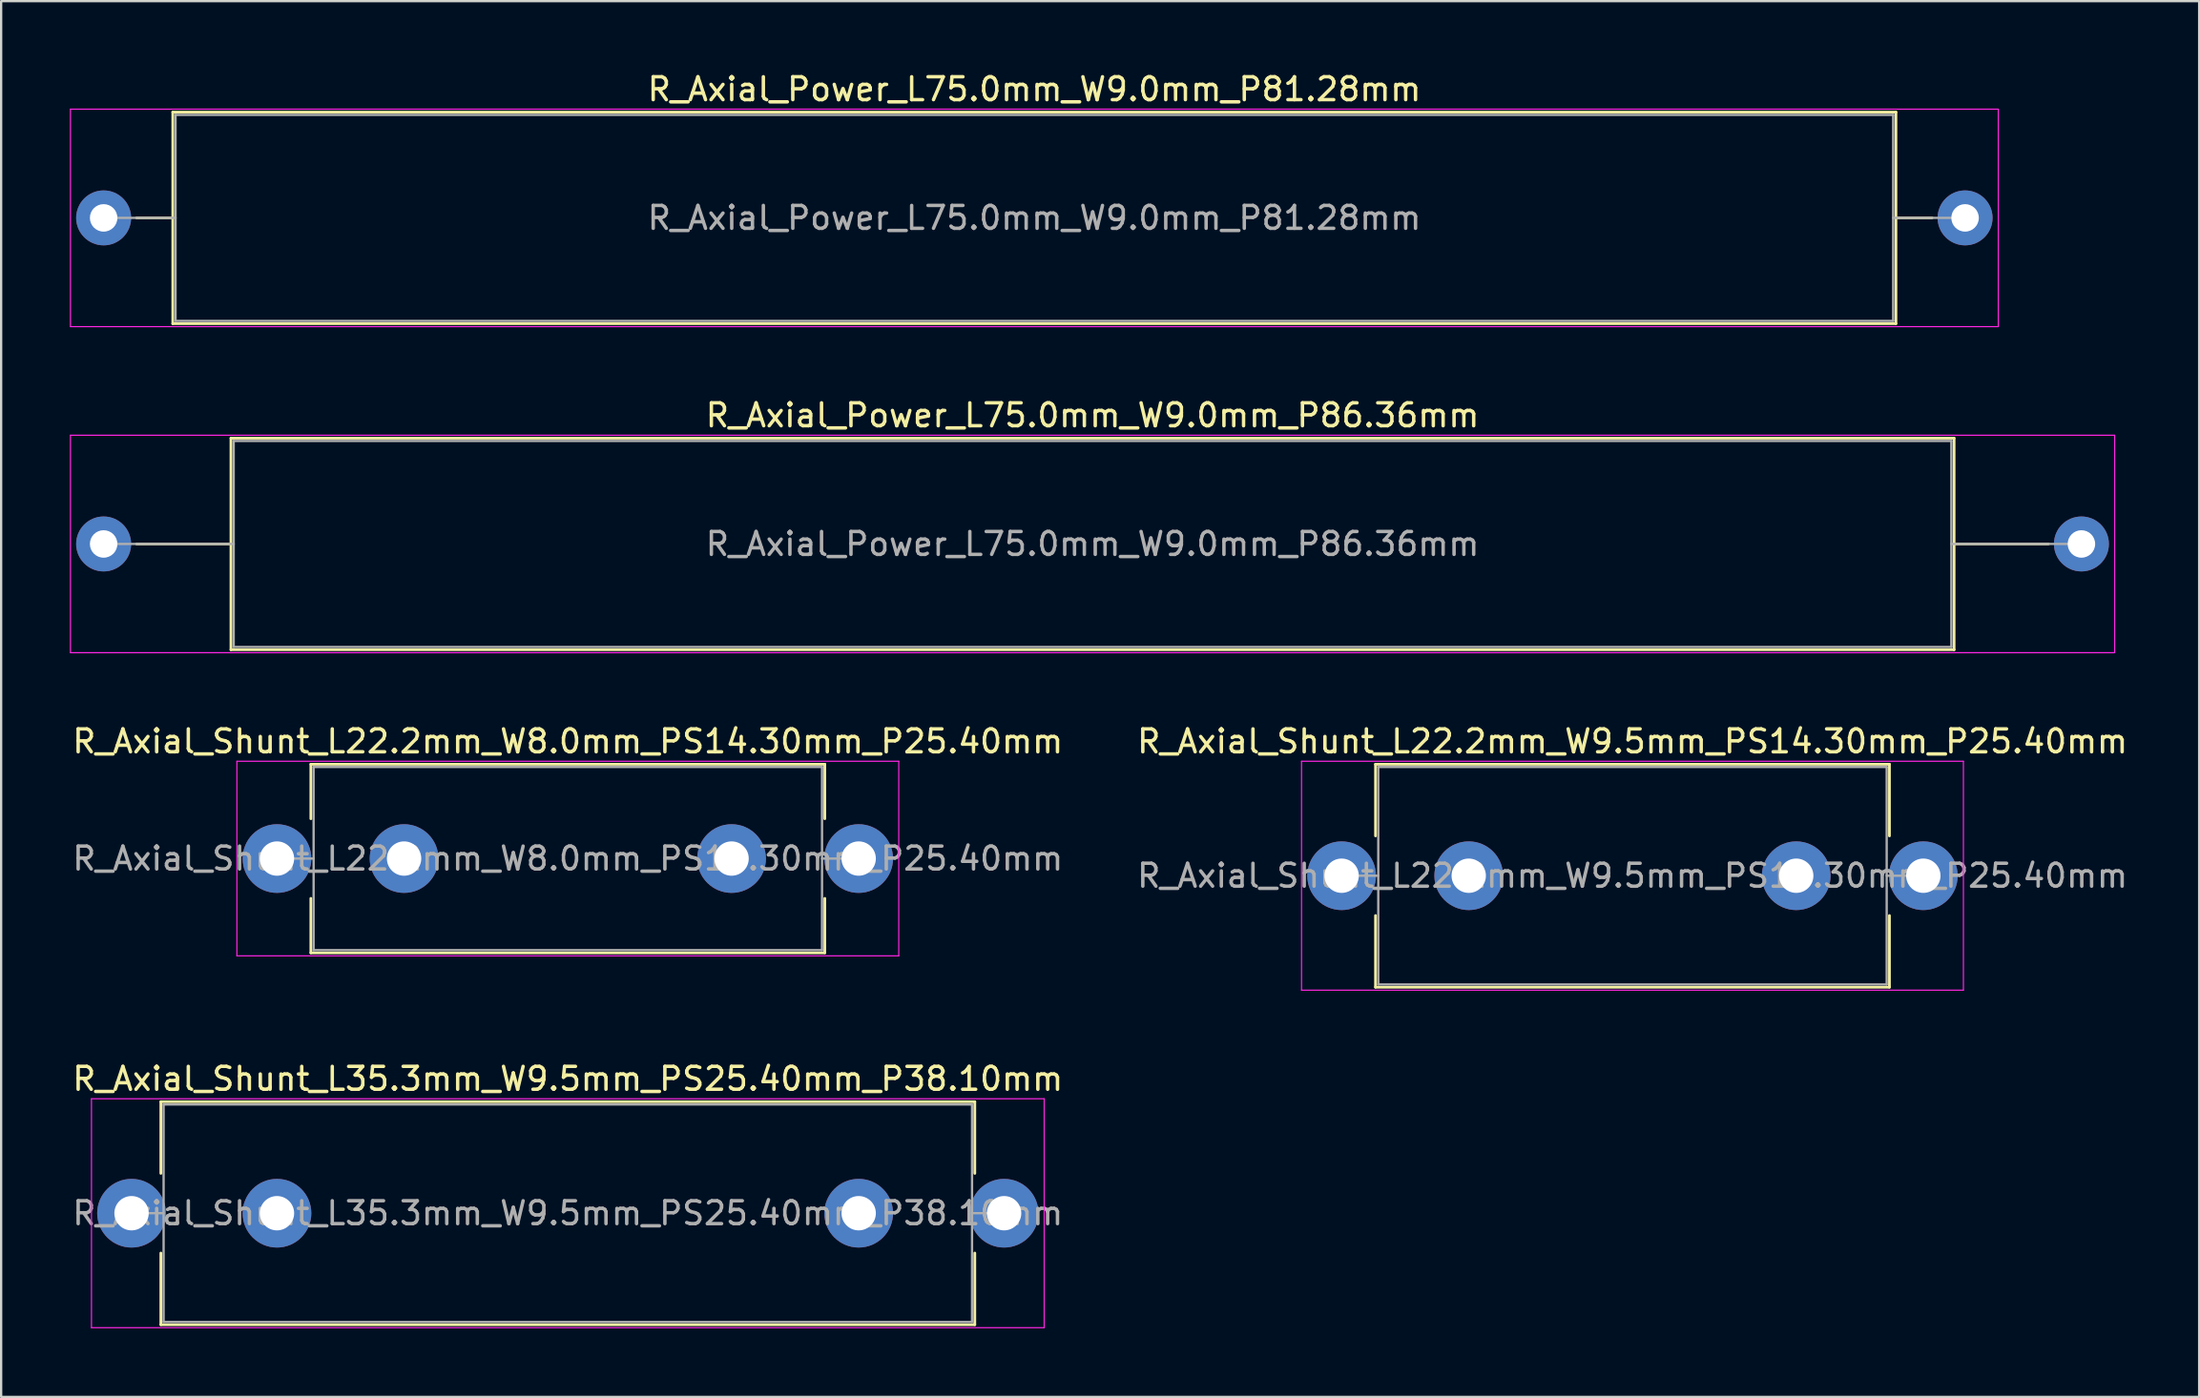
<source format=kicad_pcb>
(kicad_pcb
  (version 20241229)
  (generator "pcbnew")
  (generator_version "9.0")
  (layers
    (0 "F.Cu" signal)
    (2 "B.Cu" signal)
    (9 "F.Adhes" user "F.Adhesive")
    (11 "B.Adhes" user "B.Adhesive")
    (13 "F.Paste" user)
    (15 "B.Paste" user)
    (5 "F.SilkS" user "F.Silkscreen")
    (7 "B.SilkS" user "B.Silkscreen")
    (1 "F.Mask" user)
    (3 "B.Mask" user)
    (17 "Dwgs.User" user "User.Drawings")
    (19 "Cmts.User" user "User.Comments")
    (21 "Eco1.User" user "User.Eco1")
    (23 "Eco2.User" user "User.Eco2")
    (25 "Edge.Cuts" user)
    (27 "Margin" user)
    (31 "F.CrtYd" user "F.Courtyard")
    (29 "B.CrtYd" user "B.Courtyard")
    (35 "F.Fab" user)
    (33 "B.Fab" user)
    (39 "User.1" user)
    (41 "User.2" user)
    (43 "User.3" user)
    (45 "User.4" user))
  (footprint "R_Axial_Power_L75.0mm_W9.0mm_P86.36mm"
    (layer "F.Cu")
    (at 1.475 20.712)
    (property "Reference" "R_Axial_Power_L75.0mm_W9.0mm_P86.36mm" (at 43.18 -5.62 0) (layer "F.SilkS") (effects (font (size 1 1) (thickness 0.15))))
    (attr through_hole)
    (fp_line (start 1.44 0) (end 5.56 0) (stroke (width 0.12) (type solid)) (layer "F.SilkS"))
    (fp_line (start 5.56 -4.62) (end 5.56 4.62) (stroke (width 0.12) (type solid)) (layer "F.SilkS"))
    (fp_line (start 5.56 4.62) (end 80.8 4.62) (stroke (width 0.12) (type solid)) (layer "F.SilkS"))
    (fp_line (start 80.8 -4.62) (end 5.56 -4.62) (stroke (width 0.12) (type solid)) (layer "F.SilkS"))
    (fp_line (start 80.8 4.62) (end 80.8 -4.62) (stroke (width 0.12) (type solid)) (layer "F.SilkS"))
    (fp_line (start 84.92 0) (end 80.8 0) (stroke (width 0.12) (type solid)) (layer "F.SilkS"))
    (fp_line (start -1.45 -4.75) (end -1.45 4.75) (stroke (width 0.05) (type solid)) (layer "F.CrtYd"))
    (fp_line (start -1.45 4.75) (end 87.81 4.75) (stroke (width 0.05) (type solid)) (layer "F.CrtYd"))
    (fp_line (start 87.81 -4.75) (end -1.45 -4.75) (stroke (width 0.05) (type solid)) (layer "F.CrtYd"))
    (fp_line (start 87.81 4.75) (end 87.81 -4.75) (stroke (width 0.05) (type solid)) (layer "F.CrtYd"))
    (fp_line (start 0 0) (end 5.68 0) (stroke (width 0.1) (type solid)) (layer "F.Fab"))
    (fp_line (start 5.68 -4.5) (end 5.68 4.5) (stroke (width 0.1) (type solid)) (layer "F.Fab"))
    (fp_line (start 5.68 4.5) (end 80.68 4.5) (stroke (width 0.1) (type solid)) (layer "F.Fab"))
    (fp_line (start 80.68 -4.5) (end 5.68 -4.5) (stroke (width 0.1) (type solid)) (layer "F.Fab"))
    (fp_line (start 80.68 4.5) (end 80.68 -4.5) (stroke (width 0.1) (type solid)) (layer "F.Fab"))
    (fp_line (start 86.36 0) (end 80.68 0) (stroke (width 0.1) (type solid)) (layer "F.Fab"))
    (fp_text user "${REFERENCE}" (at 43.18 0 0) (layer "F.Fab") (effects (font (size 1 1) (thickness 0.15))))
    (pad "1" thru_hole circle (at 0 0) (size 2.4 2.4) (drill 1.2) (layers "*.Cu" "*.Mask"))
    (pad "2" thru_hole oval (at 86.36 0) (size 2.4 2.4) (drill 1.2) (layers "*.Cu" "*.Mask")))
  (footprint "R_Axial_Shunt_L22.2mm_W9.5mm_PS14.30mm_P25.40mm"
    (layer "F.Cu")
    (at 55.532 35.205)
    (property "Reference" "R_Axial_Shunt_L22.2mm_W9.5mm_PS14.30mm_P25.40mm" (at 12.7 -5.87 0) (layer "F.SilkS") (effects (font (size 1 1) (thickness 0.15))))
    (attr through_hole)
    (fp_line (start 1.48 -4.87) (end 23.92 -4.87) (stroke (width 0.12) (type solid)) (layer "F.SilkS"))
    (fp_line (start 1.48 -1.74) (end 1.48 -4.87) (stroke (width 0.12) (type solid)) (layer "F.SilkS"))
    (fp_line (start 1.48 1.74) (end 1.48 4.87) (stroke (width 0.12) (type solid)) (layer "F.SilkS"))
    (fp_line (start 1.48 4.87) (end 23.92 4.87) (stroke (width 0.12) (type solid)) (layer "F.SilkS"))
    (fp_line (start 23.92 -4.87) (end 23.92 -1.74) (stroke (width 0.12) (type solid)) (layer "F.SilkS"))
    (fp_line (start 23.92 4.87) (end 23.92 1.74) (stroke (width 0.12) (type solid)) (layer "F.SilkS"))
    (fp_line (start -1.75 -5) (end -1.75 5) (stroke (width 0.05) (type solid)) (layer "F.CrtYd"))
    (fp_line (start -1.75 5) (end 27.15 5) (stroke (width 0.05) (type solid)) (layer "F.CrtYd"))
    (fp_line (start 27.15 -5) (end -1.75 -5) (stroke (width 0.05) (type solid)) (layer "F.CrtYd"))
    (fp_line (start 27.15 5) (end 27.15 -5) (stroke (width 0.05) (type solid)) (layer "F.CrtYd"))
    (fp_line (start 0 0) (end 1.6 0) (stroke (width 0.1) (type solid)) (layer "F.Fab"))
    (fp_line (start 1.6 -4.75) (end 1.6 4.75) (stroke (width 0.1) (type solid)) (layer "F.Fab"))
    (fp_line (start 1.6 4.75) (end 23.8 4.75) (stroke (width 0.1) (type solid)) (layer "F.Fab"))
    (fp_line (start 23.8 -4.75) (end 1.6 -4.75) (stroke (width 0.1) (type solid)) (layer "F.Fab"))
    (fp_line (start 23.8 4.75) (end 23.8 -4.75) (stroke (width 0.1) (type solid)) (layer "F.Fab"))
    (fp_line (start 25.4 0) (end 23.8 0) (stroke (width 0.1) (type solid)) (layer "F.Fab"))
    (fp_text user "${REFERENCE}" (at 12.7 0 0) (layer "F.Fab") (effects (font (size 1 1) (thickness 0.15))))
    (pad "1" thru_hole circle (at 0 0) (size 3 3) (drill 1.5) (layers "*.Cu" "*.Mask"))
    (pad "2" thru_hole oval (at 5.55 0) (size 3 3) (drill 1.5) (layers "*.Cu" "*.Mask"))
    (pad "3" thru_hole oval (at 19.85 0) (size 3 3) (drill 1.5) (layers "*.Cu" "*.Mask"))
    (pad "4" thru_hole oval (at 25.4 0) (size 3 3) (drill 1.5) (layers "*.Cu" "*.Mask")))
  (footprint "R_Axial_Power_L75.0mm_W9.0mm_P81.28mm"
    (layer "F.Cu")
    (at 1.475 6.468)
    (property "Reference" "R_Axial_Power_L75.0mm_W9.0mm_P81.28mm" (at 40.64 -5.62 0) (layer "F.SilkS") (effects (font (size 1 1) (thickness 0.15))))
    (attr through_hole)
    (fp_line (start 1.44 0) (end 3.02 0) (stroke (width 0.12) (type solid)) (layer "F.SilkS"))
    (fp_line (start 3.02 -4.62) (end 3.02 4.62) (stroke (width 0.12) (type solid)) (layer "F.SilkS"))
    (fp_line (start 3.02 4.62) (end 78.26 4.62) (stroke (width 0.12) (type solid)) (layer "F.SilkS"))
    (fp_line (start 78.26 -4.62) (end 3.02 -4.62) (stroke (width 0.12) (type solid)) (layer "F.SilkS"))
    (fp_line (start 78.26 4.62) (end 78.26 -4.62) (stroke (width 0.12) (type solid)) (layer "F.SilkS"))
    (fp_line (start 79.84 0) (end 78.26 0) (stroke (width 0.12) (type solid)) (layer "F.SilkS"))
    (fp_line (start -1.45 -4.75) (end -1.45 4.75) (stroke (width 0.05) (type solid)) (layer "F.CrtYd"))
    (fp_line (start -1.45 4.75) (end 82.73 4.75) (stroke (width 0.05) (type solid)) (layer "F.CrtYd"))
    (fp_line (start 82.73 -4.75) (end -1.45 -4.75) (stroke (width 0.05) (type solid)) (layer "F.CrtYd"))
    (fp_line (start 82.73 4.75) (end 82.73 -4.75) (stroke (width 0.05) (type solid)) (layer "F.CrtYd"))
    (fp_line (start 0 0) (end 3.14 0) (stroke (width 0.1) (type solid)) (layer "F.Fab"))
    (fp_line (start 3.14 -4.5) (end 3.14 4.5) (stroke (width 0.1) (type solid)) (layer "F.Fab"))
    (fp_line (start 3.14 4.5) (end 78.14 4.5) (stroke (width 0.1) (type solid)) (layer "F.Fab"))
    (fp_line (start 78.14 -4.5) (end 3.14 -4.5) (stroke (width 0.1) (type solid)) (layer "F.Fab"))
    (fp_line (start 78.14 4.5) (end 78.14 -4.5) (stroke (width 0.1) (type solid)) (layer "F.Fab"))
    (fp_line (start 81.28 0) (end 78.14 0) (stroke (width 0.1) (type solid)) (layer "F.Fab"))
    (fp_text user "${REFERENCE}" (at 40.64 0 0) (layer "F.Fab") (effects (font (size 1 1) (thickness 0.15))))
    (pad "1" thru_hole circle (at 0 0) (size 2.4 2.4) (drill 1.2) (layers "*.Cu" "*.Mask"))
    (pad "2" thru_hole oval (at 81.28 0) (size 2.4 2.4) (drill 1.2) (layers "*.Cu" "*.Mask")))
  (footprint "R_Axial_Shunt_L22.2mm_W8.0mm_PS14.30mm_P25.40mm"
    (layer "F.Cu")
    (at 9.044 34.455)
    (property "Reference" "R_Axial_Shunt_L22.2mm_W8.0mm_PS14.30mm_P25.40mm" (at 12.7 -5.12 0) (layer "F.SilkS") (effects (font (size 1 1) (thickness 0.15))))
    (attr through_hole)
    (fp_line (start 1.48 -4.12) (end 23.92 -4.12) (stroke (width 0.12) (type solid)) (layer "F.SilkS"))
    (fp_line (start 1.48 -1.74) (end 1.48 -4.12) (stroke (width 0.12) (type solid)) (layer "F.SilkS"))
    (fp_line (start 1.48 1.74) (end 1.48 4.12) (stroke (width 0.12) (type solid)) (layer "F.SilkS"))
    (fp_line (start 1.48 4.12) (end 23.92 4.12) (stroke (width 0.12) (type solid)) (layer "F.SilkS"))
    (fp_line (start 23.92 -4.12) (end 23.92 -1.74) (stroke (width 0.12) (type solid)) (layer "F.SilkS"))
    (fp_line (start 23.92 4.12) (end 23.92 1.74) (stroke (width 0.12) (type solid)) (layer "F.SilkS"))
    (fp_line (start -1.75 -4.25) (end -1.75 4.25) (stroke (width 0.05) (type solid)) (layer "F.CrtYd"))
    (fp_line (start -1.75 4.25) (end 27.15 4.25) (stroke (width 0.05) (type solid)) (layer "F.CrtYd"))
    (fp_line (start 27.15 -4.25) (end -1.75 -4.25) (stroke (width 0.05) (type solid)) (layer "F.CrtYd"))
    (fp_line (start 27.15 4.25) (end 27.15 -4.25) (stroke (width 0.05) (type solid)) (layer "F.CrtYd"))
    (fp_line (start 0 0) (end 1.6 0) (stroke (width 0.1) (type solid)) (layer "F.Fab"))
    (fp_line (start 1.6 -4) (end 1.6 4) (stroke (width 0.1) (type solid)) (layer "F.Fab"))
    (fp_line (start 1.6 4) (end 23.8 4) (stroke (width 0.1) (type solid)) (layer "F.Fab"))
    (fp_line (start 23.8 -4) (end 1.6 -4) (stroke (width 0.1) (type solid)) (layer "F.Fab"))
    (fp_line (start 23.8 4) (end 23.8 -4) (stroke (width 0.1) (type solid)) (layer "F.Fab"))
    (fp_line (start 25.4 0) (end 23.8 0) (stroke (width 0.1) (type solid)) (layer "F.Fab"))
    (fp_text user "${REFERENCE}" (at 12.7 0 0) (layer "F.Fab") (effects (font (size 1 1) (thickness 0.15))))
    (pad "1" thru_hole circle (at 0 0) (size 3 3) (drill 1.5) (layers "*.Cu" "*.Mask"))
    (pad "2" thru_hole oval (at 5.55 0) (size 3 3) (drill 1.5) (layers "*.Cu" "*.Mask"))
    (pad "3" thru_hole oval (at 19.85 0) (size 3 3) (drill 1.5) (layers "*.Cu" "*.Mask"))
    (pad "4" thru_hole oval (at 25.4 0) (size 3 3) (drill 1.5) (layers "*.Cu" "*.Mask")))
  (footprint "R_Axial_Shunt_L35.3mm_W9.5mm_PS25.40mm_P38.10mm"
    (layer "F.Cu")
    (at 2.694 49.948)
    (property "Reference" "R_Axial_Shunt_L35.3mm_W9.5mm_PS25.40mm_P38.10mm" (at 19.05 -5.87 0) (layer "F.SilkS") (effects (font (size 1 1) (thickness 0.15))))
    (attr through_hole)
    (fp_line (start 1.28 -4.87) (end 36.82 -4.87) (stroke (width 0.12) (type solid)) (layer "F.SilkS"))
    (fp_line (start 1.28 -1.74) (end 1.28 -4.87) (stroke (width 0.12) (type solid)) (layer "F.SilkS"))
    (fp_line (start 1.28 1.74) (end 1.28 4.87) (stroke (width 0.12) (type solid)) (layer "F.SilkS"))
    (fp_line (start 1.28 4.87) (end 36.82 4.87) (stroke (width 0.12) (type solid)) (layer "F.SilkS"))
    (fp_line (start 36.82 -4.87) (end 36.82 -1.74) (stroke (width 0.12) (type solid)) (layer "F.SilkS"))
    (fp_line (start 36.82 4.87) (end 36.82 1.74) (stroke (width 0.12) (type solid)) (layer "F.SilkS"))
    (fp_line (start -1.75 -5) (end -1.75 5) (stroke (width 0.05) (type solid)) (layer "F.CrtYd"))
    (fp_line (start -1.75 5) (end 39.85 5) (stroke (width 0.05) (type solid)) (layer "F.CrtYd"))
    (fp_line (start 39.85 -5) (end -1.75 -5) (stroke (width 0.05) (type solid)) (layer "F.CrtYd"))
    (fp_line (start 39.85 5) (end 39.85 -5) (stroke (width 0.05) (type solid)) (layer "F.CrtYd"))
    (fp_line (start 0 0) (end 1.4 0) (stroke (width 0.1) (type solid)) (layer "F.Fab"))
    (fp_line (start 1.4 -4.75) (end 1.4 4.75) (stroke (width 0.1) (type solid)) (layer "F.Fab"))
    (fp_line (start 1.4 4.75) (end 36.7 4.75) (stroke (width 0.1) (type solid)) (layer "F.Fab"))
    (fp_line (start 36.7 -4.75) (end 1.4 -4.75) (stroke (width 0.1) (type solid)) (layer "F.Fab"))
    (fp_line (start 36.7 4.75) (end 36.7 -4.75) (stroke (width 0.1) (type solid)) (layer "F.Fab"))
    (fp_line (start 38.1 0) (end 36.7 0) (stroke (width 0.1) (type solid)) (layer "F.Fab"))
    (fp_text user "${REFERENCE}" (at 19.05 0 0) (layer "F.Fab") (effects (font (size 1 1) (thickness 0.15))))
    (pad "1" thru_hole circle (at 0 0) (size 3 3) (drill 1.5) (layers "*.Cu" "*.Mask"))
    (pad "2" thru_hole oval (at 6.35 0) (size 3 3) (drill 1.5) (layers "*.Cu" "*.Mask"))
    (pad "3" thru_hole oval (at 31.75 0) (size 3 3) (drill 1.5) (layers "*.Cu" "*.Mask"))
    (pad "4" thru_hole oval (at 38.1 0) (size 3 3) (drill 1.5) (layers "*.Cu" "*.Mask")))
  (gr_rect
    (start -3 -3)
    (end 92.976 57.973)
    (stroke (width 0.1) (type default))
    (fill no)
    (layer "Edge.Cuts")))
</source>
